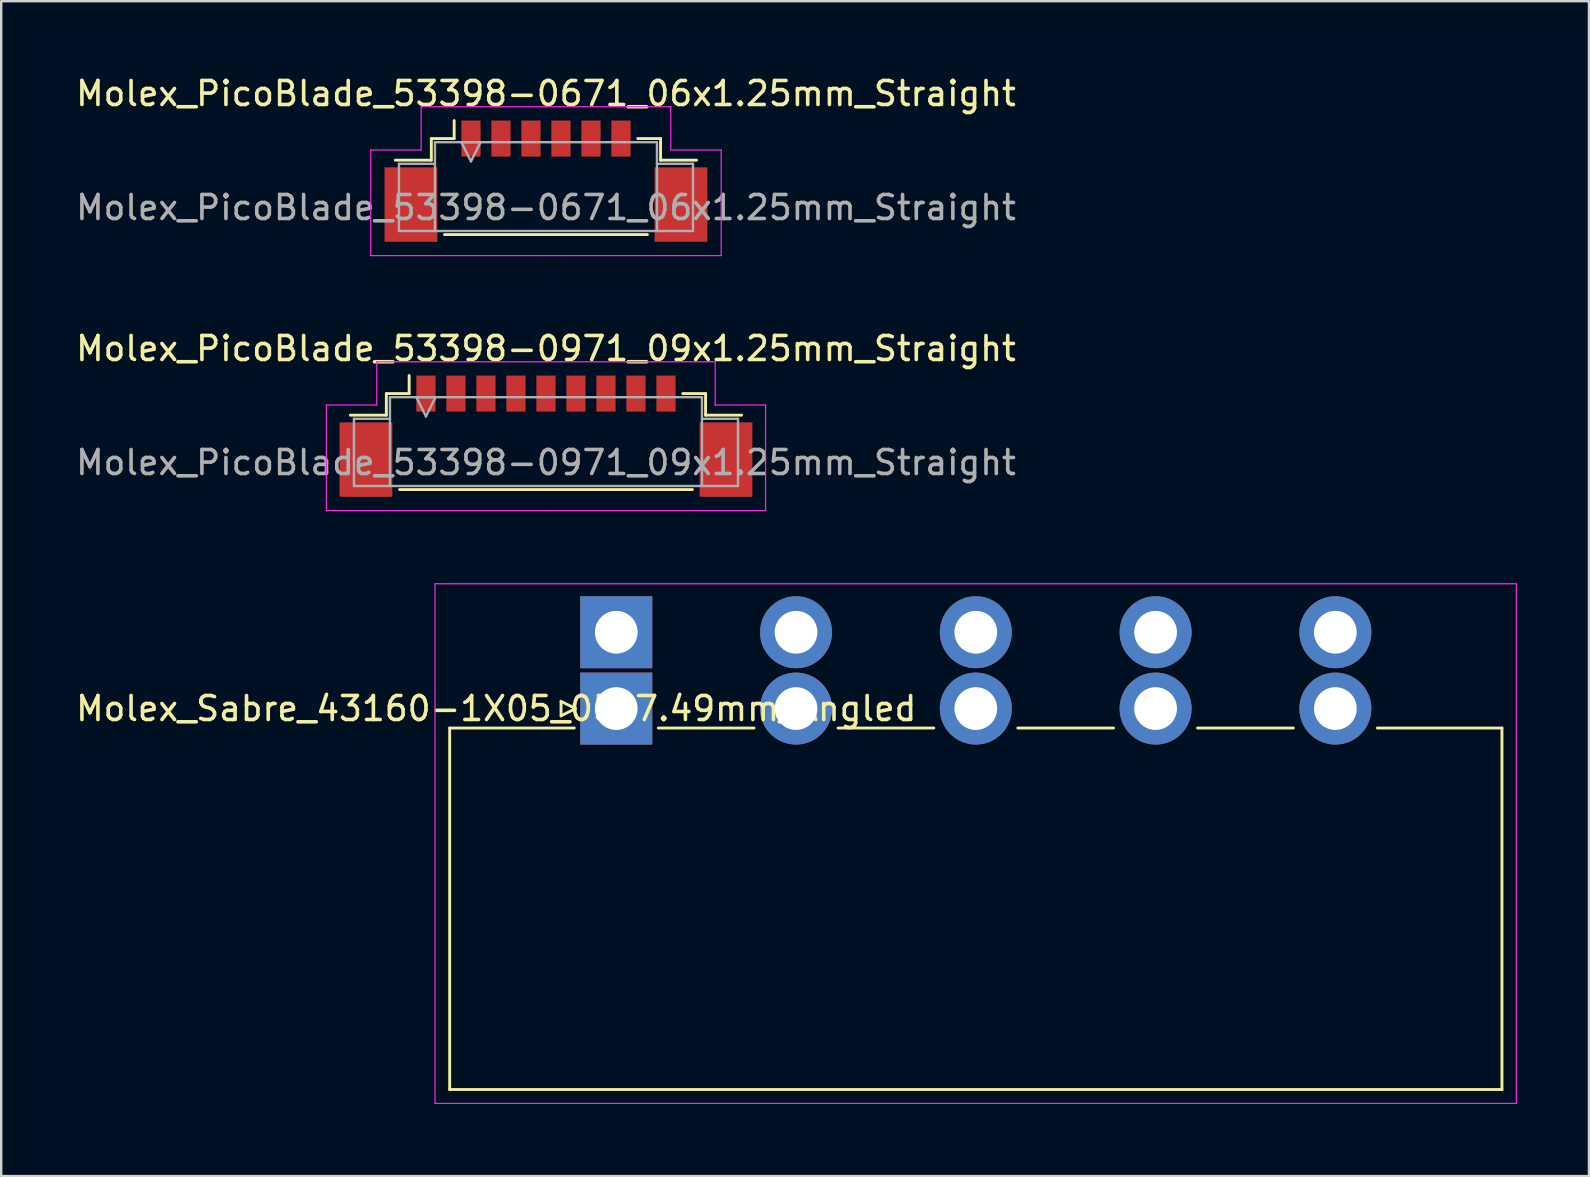
<source format=kicad_pcb>
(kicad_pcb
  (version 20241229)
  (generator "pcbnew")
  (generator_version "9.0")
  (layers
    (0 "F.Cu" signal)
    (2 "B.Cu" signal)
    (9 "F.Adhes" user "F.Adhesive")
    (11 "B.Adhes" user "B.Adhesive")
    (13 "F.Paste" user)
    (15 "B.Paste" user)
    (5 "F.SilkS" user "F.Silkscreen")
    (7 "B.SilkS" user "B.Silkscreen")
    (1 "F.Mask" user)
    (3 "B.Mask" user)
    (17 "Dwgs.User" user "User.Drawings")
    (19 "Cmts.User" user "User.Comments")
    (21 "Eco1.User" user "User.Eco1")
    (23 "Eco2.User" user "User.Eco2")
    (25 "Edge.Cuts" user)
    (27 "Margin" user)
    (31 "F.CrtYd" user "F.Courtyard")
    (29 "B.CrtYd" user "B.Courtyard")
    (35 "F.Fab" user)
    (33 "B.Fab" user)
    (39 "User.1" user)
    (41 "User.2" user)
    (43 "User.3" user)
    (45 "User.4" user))
  (footprint "Molex_PicoBlade_53398-0971_09x1.25mm_Straight"
    (layer "F.Cu")
    (at 19.696 14.722)
    (property "Reference" "Molex_PicoBlade_53398-0971_09x1.25mm_Straight" (at 0 -3.25 0) (layer "F.SilkS") (effects (font (size 1 1) (thickness 0.15))))
    (attr smd)
    (fp_line (start -6.65 -1.375) (end -6.65 -0.475) (stroke (width 0.12) (type solid)) (layer "F.SilkS"))
    (fp_line (start -6.65 -0.475) (end -8.15 -0.475) (stroke (width 0.12) (type solid)) (layer "F.SilkS"))
    (fp_line (start -6.1 2.625) (end 6.1 2.625) (stroke (width 0.12) (type solid)) (layer "F.SilkS"))
    (fp_line (start -5.7 -1.375) (end -6.65 -1.375) (stroke (width 0.12) (type solid)) (layer "F.SilkS"))
    (fp_line (start -5.7 -1.375) (end -5.7 -2.125) (stroke (width 0.12) (type solid)) (layer "F.SilkS"))
    (fp_line (start 5.7 -1.375) (end 6.65 -1.375) (stroke (width 0.12) (type solid)) (layer "F.SilkS"))
    (fp_line (start 6.65 -1.375) (end 6.65 -0.475) (stroke (width 0.12) (type solid)) (layer "F.SilkS"))
    (fp_line (start 6.65 -0.475) (end 8.15 -0.475) (stroke (width 0.12) (type solid)) (layer "F.SilkS"))
    (fp_line (start -9.15 -0.9) (end -9.15 3.5) (stroke (width 0.05) (type solid)) (layer "F.CrtYd"))
    (fp_line (start -9.15 3.5) (end 0 3.5) (stroke (width 0.05) (type solid)) (layer "F.CrtYd"))
    (fp_line (start -7.05 -2.7) (end -7.05 -0.9) (stroke (width 0.05) (type solid)) (layer "F.CrtYd"))
    (fp_line (start -7.05 -0.9) (end -9.15 -0.9) (stroke (width 0.05) (type solid)) (layer "F.CrtYd"))
    (fp_line (start 0 -2.7) (end -7.05 -2.7) (stroke (width 0.05) (type solid)) (layer "F.CrtYd"))
    (fp_line (start 0 -2.7) (end 7.05 -2.7) (stroke (width 0.05) (type solid)) (layer "F.CrtYd"))
    (fp_line (start 7.05 -2.7) (end 7.05 -0.9) (stroke (width 0.05) (type solid)) (layer "F.CrtYd"))
    (fp_line (start 7.05 -0.9) (end 9.15 -0.9) (stroke (width 0.05) (type solid)) (layer "F.CrtYd"))
    (fp_line (start 9.15 -0.9) (end 9.15 3.5) (stroke (width 0.05) (type solid)) (layer "F.CrtYd"))
    (fp_line (start 9.15 3.5) (end 0 3.5) (stroke (width 0.05) (type solid)) (layer "F.CrtYd"))
    (fp_line (start -8 -0.325) (end -6.5 -0.325) (stroke (width 0.1) (type solid)) (layer "F.Fab"))
    (fp_line (start -8 2.475) (end -8 -0.325) (stroke (width 0.1) (type solid)) (layer "F.Fab"))
    (fp_line (start -6.5 -1.225) (end -6.5 2.475) (stroke (width 0.1) (type solid)) (layer "F.Fab"))
    (fp_line (start -6.5 2.475) (end -8 2.475) (stroke (width 0.1) (type solid)) (layer "F.Fab"))
    (fp_line (start -6.5 2.475) (end 6.5 2.475) (stroke (width 0.1) (type solid)) (layer "F.Fab"))
    (fp_line (start -5.4 -1.225) (end -5 -0.425) (stroke (width 0.1) (type solid)) (layer "F.Fab"))
    (fp_line (start -5 -0.425) (end -4.6 -1.225) (stroke (width 0.1) (type solid)) (layer "F.Fab"))
    (fp_line (start -4.6 -1.225) (end -5.4 -1.225) (stroke (width 0.1) (type solid)) (layer "F.Fab"))
    (fp_line (start 6.5 -1.225) (end -6.5 -1.225) (stroke (width 0.1) (type solid)) (layer "F.Fab"))
    (fp_line (start 6.5 2.475) (end 6.5 -1.225) (stroke (width 0.1) (type solid)) (layer "F.Fab"))
    (fp_line (start 6.5 2.475) (end 8 2.475) (stroke (width 0.1) (type solid)) (layer "F.Fab"))
    (fp_line (start 8 -0.325) (end 6.5 -0.325) (stroke (width 0.1) (type solid)) (layer "F.Fab"))
    (fp_line (start 8 2.475) (end 8 -0.325) (stroke (width 0.1) (type solid)) (layer "F.Fab"))
    (fp_text user "${REFERENCE}" (at 0 1.5 0) (layer "F.Fab") (effects (font (size 1 1) (thickness 0.15))))
    (pad "" smd rect (at -7.5 1.375) (size 2.2 3.1) (layers "F.Cu" "F.Mask" "F.Paste"))
    (pad "" smd rect (at 7.5 1.375) (size 2.2 3.1) (layers "F.Cu" "F.Mask" "F.Paste"))
    (pad "1" smd rect (at -5 -1.375) (size 0.8 1.5) (layers "F.Cu" "F.Mask" "F.Paste"))
    (pad "2" smd rect (at -3.75 -1.375) (size 0.8 1.5) (layers "F.Cu" "F.Mask" "F.Paste"))
    (pad "3" smd rect (at -2.5 -1.375) (size 0.8 1.5) (layers "F.Cu" "F.Mask" "F.Paste"))
    (pad "4" smd rect (at -1.25 -1.375) (size 0.8 1.5) (layers "F.Cu" "F.Mask" "F.Paste"))
    (pad "5" smd rect (at 0 -1.375) (size 0.8 1.5) (layers "F.Cu" "F.Mask" "F.Paste"))
    (pad "6" smd rect (at 1.25 -1.375) (size 0.8 1.5) (layers "F.Cu" "F.Mask" "F.Paste"))
    (pad "7" smd rect (at 2.5 -1.375) (size 0.8 1.5) (layers "F.Cu" "F.Mask" "F.Paste"))
    (pad "8" smd rect (at 3.75 -1.375) (size 0.8 1.5) (layers "F.Cu" "F.Mask" "F.Paste"))
    (pad "9" smd rect (at 5 -1.375) (size 0.8 1.5) (layers "F.Cu" "F.Mask" "F.Paste")))
  (footprint "Molex_PicoBlade_53398-0671_06x1.25mm_Straight"
    (layer "F.Cu")
    (at 19.696 4.098)
    (property "Reference" "Molex_PicoBlade_53398-0671_06x1.25mm_Straight" (at 0 -3.25 0) (layer "F.SilkS") (effects (font (size 1 1) (thickness 0.15))))
    (attr smd)
    (fp_line (start -4.775 -1.375) (end -4.775 -0.475) (stroke (width 0.12) (type solid)) (layer "F.SilkS"))
    (fp_line (start -4.775 -0.475) (end -6.275 -0.475) (stroke (width 0.12) (type solid)) (layer "F.SilkS"))
    (fp_line (start -4.225 2.625) (end 4.225 2.625) (stroke (width 0.12) (type solid)) (layer "F.SilkS"))
    (fp_line (start -3.825 -1.375) (end -4.775 -1.375) (stroke (width 0.12) (type solid)) (layer "F.SilkS"))
    (fp_line (start -3.825 -1.375) (end -3.825 -2.125) (stroke (width 0.12) (type solid)) (layer "F.SilkS"))
    (fp_line (start 3.825 -1.375) (end 4.775 -1.375) (stroke (width 0.12) (type solid)) (layer "F.SilkS"))
    (fp_line (start 4.775 -1.375) (end 4.775 -0.475) (stroke (width 0.12) (type solid)) (layer "F.SilkS"))
    (fp_line (start 4.775 -0.475) (end 6.275 -0.475) (stroke (width 0.12) (type solid)) (layer "F.SilkS"))
    (fp_line (start -7.3 -0.9) (end -7.3 3.5) (stroke (width 0.05) (type solid)) (layer "F.CrtYd"))
    (fp_line (start -7.3 3.5) (end 0 3.5) (stroke (width 0.05) (type solid)) (layer "F.CrtYd"))
    (fp_line (start -5.2 -2.7) (end -5.2 -0.9) (stroke (width 0.05) (type solid)) (layer "F.CrtYd"))
    (fp_line (start -5.2 -0.9) (end -7.3 -0.9) (stroke (width 0.05) (type solid)) (layer "F.CrtYd"))
    (fp_line (start 0 -2.7) (end -5.2 -2.7) (stroke (width 0.05) (type solid)) (layer "F.CrtYd"))
    (fp_line (start 0 -2.7) (end 5.2 -2.7) (stroke (width 0.05) (type solid)) (layer "F.CrtYd"))
    (fp_line (start 5.2 -2.7) (end 5.2 -0.9) (stroke (width 0.05) (type solid)) (layer "F.CrtYd"))
    (fp_line (start 5.2 -0.9) (end 7.3 -0.9) (stroke (width 0.05) (type solid)) (layer "F.CrtYd"))
    (fp_line (start 7.3 -0.9) (end 7.3 3.5) (stroke (width 0.05) (type solid)) (layer "F.CrtYd"))
    (fp_line (start 7.3 3.5) (end 0 3.5) (stroke (width 0.05) (type solid)) (layer "F.CrtYd"))
    (fp_line (start -6.125 -0.325) (end -4.625 -0.325) (stroke (width 0.1) (type solid)) (layer "F.Fab"))
    (fp_line (start -6.125 2.475) (end -6.125 -0.325) (stroke (width 0.1) (type solid)) (layer "F.Fab"))
    (fp_line (start -4.625 -1.225) (end -4.625 2.475) (stroke (width 0.1) (type solid)) (layer "F.Fab"))
    (fp_line (start -4.625 2.475) (end -6.125 2.475) (stroke (width 0.1) (type solid)) (layer "F.Fab"))
    (fp_line (start -4.625 2.475) (end 4.625 2.475) (stroke (width 0.1) (type solid)) (layer "F.Fab"))
    (fp_line (start -3.525 -1.225) (end -3.125 -0.425) (stroke (width 0.1) (type solid)) (layer "F.Fab"))
    (fp_line (start -3.125 -0.425) (end -2.725 -1.225) (stroke (width 0.1) (type solid)) (layer "F.Fab"))
    (fp_line (start -2.725 -1.225) (end -3.525 -1.225) (stroke (width 0.1) (type solid)) (layer "F.Fab"))
    (fp_line (start 4.625 -1.225) (end -4.625 -1.225) (stroke (width 0.1) (type solid)) (layer "F.Fab"))
    (fp_line (start 4.625 2.475) (end 4.625 -1.225) (stroke (width 0.1) (type solid)) (layer "F.Fab"))
    (fp_line (start 4.625 2.475) (end 6.125 2.475) (stroke (width 0.1) (type solid)) (layer "F.Fab"))
    (fp_line (start 6.125 -0.325) (end 4.625 -0.325) (stroke (width 0.1) (type solid)) (layer "F.Fab"))
    (fp_line (start 6.125 2.475) (end 6.125 -0.325) (stroke (width 0.1) (type solid)) (layer "F.Fab"))
    (fp_text user "${REFERENCE}" (at 0 1.5 0) (layer "F.Fab") (effects (font (size 1 1) (thickness 0.15))))
    (pad "" smd rect (at -5.625 1.375) (size 2.2 3.1) (layers "F.Cu" "F.Mask" "F.Paste"))
    (pad "" smd rect (at 5.625 1.375) (size 2.2 3.1) (layers "F.Cu" "F.Mask" "F.Paste"))
    (pad "1" smd rect (at -3.125 -1.375) (size 0.8 1.5) (layers "F.Cu" "F.Mask" "F.Paste"))
    (pad "2" smd rect (at -1.875 -1.375) (size 0.8 1.5) (layers "F.Cu" "F.Mask" "F.Paste"))
    (pad "3" smd rect (at -0.625 -1.375) (size 0.8 1.5) (layers "F.Cu" "F.Mask" "F.Paste"))
    (pad "4" smd rect (at 0.625 -1.375) (size 0.8 1.5) (layers "F.Cu" "F.Mask" "F.Paste"))
    (pad "5" smd rect (at 1.875 -1.375) (size 0.8 1.5) (layers "F.Cu" "F.Mask" "F.Paste"))
    (pad "6" smd rect (at 3.125 -1.375) (size 0.8 1.5) (layers "F.Cu" "F.Mask" "F.Paste")))
  (footprint "Molex_Sabre_43160-1X05_05x7.49mm_Angled"
    (layer "F.Cu")
    (at 22.625 26.471)
    (property "Reference" "Molex_Sabre_43160-1X05_05x7.49mm_Angled" (at -5 0 0) (layer "F.SilkS") (effects (font (size 1 1) (thickness 0.15))))
    (attr through_hole)
    (fp_line (start -6.94 0.81) (end -6.94 15.87) (stroke (width 0.12) (type solid)) (layer "F.SilkS"))
    (fp_line (start -6.94 0.81) (end -1.75 0.81) (stroke (width 0.12) (type solid)) (layer "F.SilkS"))
    (fp_line (start -6.94 15.87) (end 36.9 15.87) (stroke (width 0.12) (type solid)) (layer "F.SilkS"))
    (fp_line (start -2.3 -0.3) (end -1.7 0) (stroke (width 0.12) (type solid)) (layer "F.SilkS"))
    (fp_line (start -2.3 0.3) (end -2.3 -0.3) (stroke (width 0.12) (type solid)) (layer "F.SilkS"))
    (fp_line (start -1.7 0) (end -2.3 0.3) (stroke (width 0.12) (type solid)) (layer "F.SilkS"))
    (fp_line (start 1.75 0.81) (end 5.74 0.81) (stroke (width 0.12) (type solid)) (layer "F.SilkS"))
    (fp_line (start 9.24 0.81) (end 13.23 0.81) (stroke (width 0.12) (type solid)) (layer "F.SilkS"))
    (fp_line (start 16.73 0.81) (end 20.72 0.81) (stroke (width 0.12) (type solid)) (layer "F.SilkS"))
    (fp_line (start 24.22 0.81) (end 28.21 0.81) (stroke (width 0.12) (type solid)) (layer "F.SilkS"))
    (fp_line (start 31.71 0.81) (end 36.9 0.81) (stroke (width 0.12) (type solid)) (layer "F.SilkS"))
    (fp_line (start 36.9 15.87) (end 36.9 0.81) (stroke (width 0.12) (type solid)) (layer "F.SilkS"))
    (fp_line (start -7.55 -5.2) (end -7.55 16.45) (stroke (width 0.05) (type solid)) (layer "F.CrtYd"))
    (fp_line (start -7.55 16.45) (end 37.5 16.45) (stroke (width 0.05) (type solid)) (layer "F.CrtYd"))
    (fp_line (start 37.5 -5.2) (end -7.55 -5.2) (stroke (width 0.05) (type solid)) (layer "F.CrtYd"))
    (fp_line (start 37.5 16.45) (end 37.5 -5.2) (stroke (width 0.05) (type solid)) (layer "F.CrtYd"))
    (pad "1" thru_hole rect (at 0 -3.18) (size 3 3) (drill 1.78) (layers "*.Cu" "*.Mask"))
    (pad "1" thru_hole rect (at 0 0) (size 3 3) (drill 1.78) (layers "*.Cu" "*.Mask"))
    (pad "2" thru_hole circle (at 7.49 -3.18) (size 3 3) (drill 1.78) (layers "*.Cu" "*.Mask"))
    (pad "2" thru_hole circle (at 7.49 0) (size 3 3) (drill 1.78) (layers "*.Cu" "*.Mask"))
    (pad "3" thru_hole circle (at 14.98 -3.18) (size 3 3) (drill 1.78) (layers "*.Cu" "*.Mask"))
    (pad "3" thru_hole circle (at 14.98 0) (size 3 3) (drill 1.78) (layers "*.Cu" "*.Mask"))
    (pad "4" thru_hole circle (at 22.47 -3.18) (size 3 3) (drill 1.78) (layers "*.Cu" "*.Mask"))
    (pad "4" thru_hole circle (at 22.47 0) (size 3 3) (drill 1.78) (layers "*.Cu" "*.Mask"))
    (pad "5" thru_hole circle (at 29.96 -3.18) (size 3 3) (drill 1.78) (layers "*.Cu" "*.Mask"))
    (pad "5" thru_hole circle (at 29.96 0) (size 3 3) (drill 1.78) (layers "*.Cu" "*.Mask")))
  (gr_rect
    (start -3 -3)
    (end 63.15 45.947)
    (stroke (width 0.1) (type default))
    (fill no)
    (layer "Edge.Cuts")))
</source>
